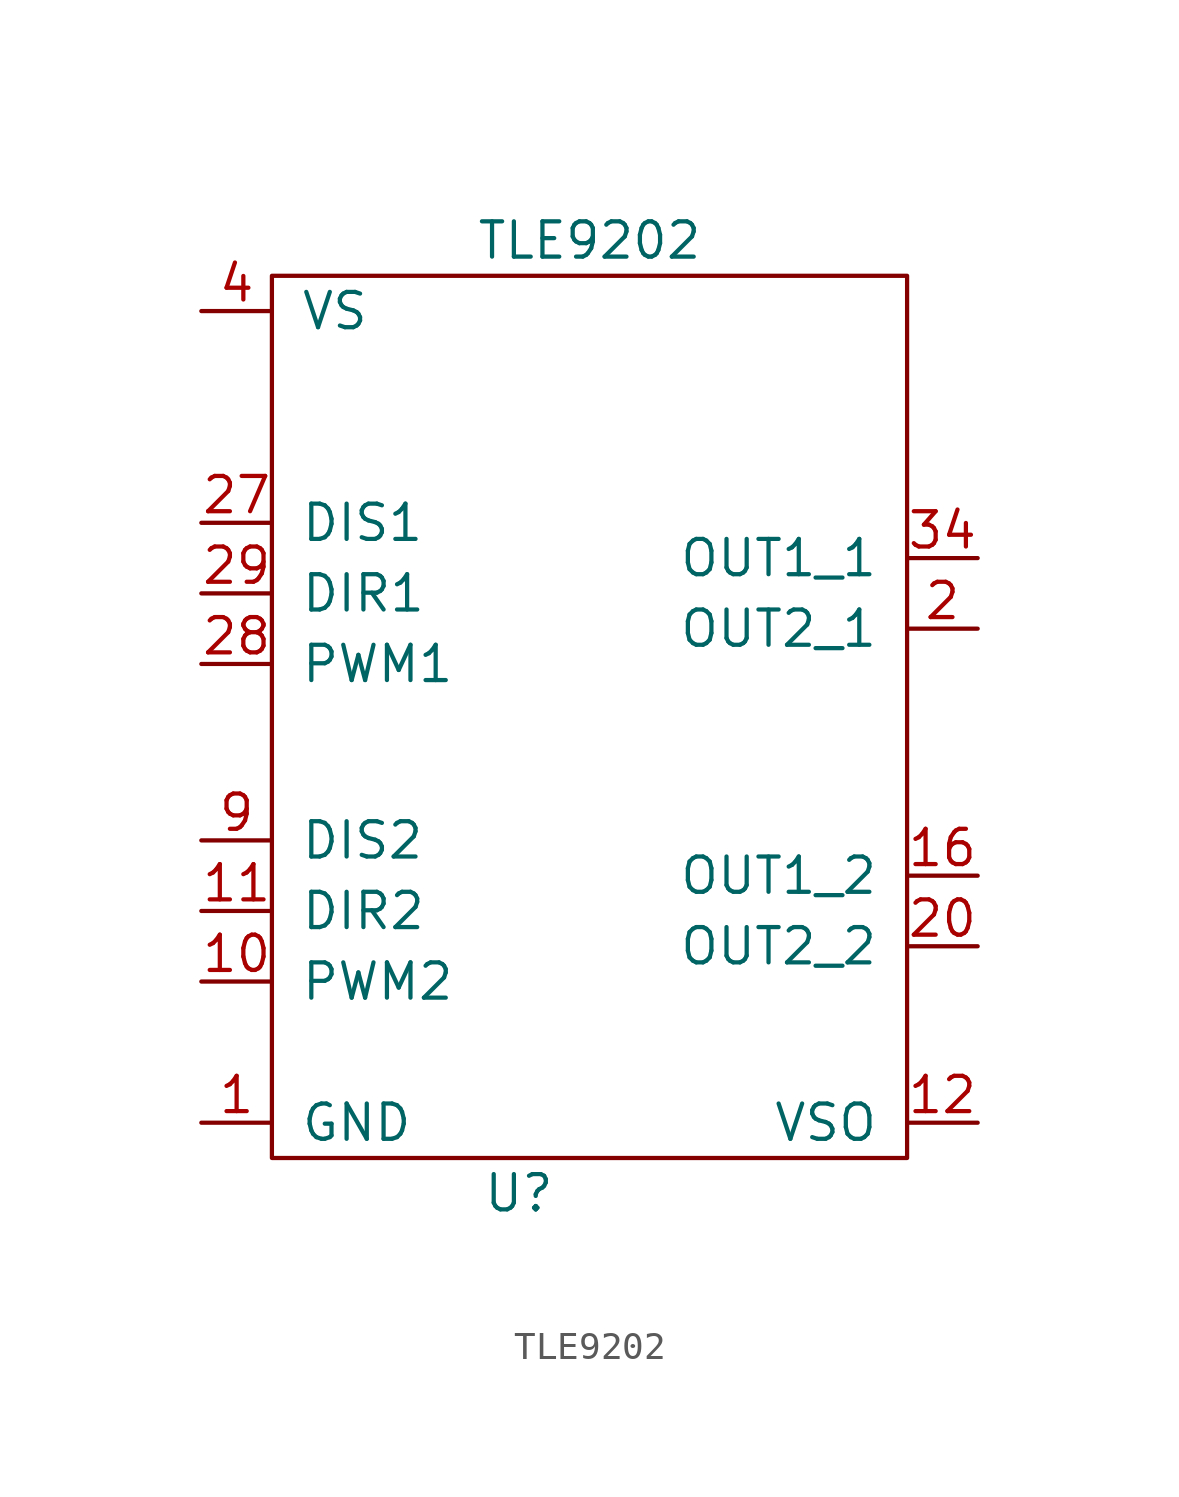
<source format=kicad_sym>
(kicad_symbol_lib
  (version 20241209)
  (generator "kicad_symbol_editor")
  (generator_version "9.0")
  (symbol "TLE9202"
    (pin_names
      (offset 1.016))
    (property "Reference" "U"
      (at 2.54 -27.94 0)
      (effects (font (size 1.27 1.27))))
    (property "Value" "TLE9202"
      (at 5.08 6.35 0)
      (effects (font (size 1.27 1.27))))
    (symbol "TLE9202_0_1"
      (rectangle (start -6.35 5.08) (end 16.51 -26.67) (stroke (width 0) (type solid)) (fill (type none))))
    (symbol "TLE9202_1_1"
      (pin power_in line (at -8.89 3.81 0) (length 2.54) (hide yes) (name "VS" (effects (font (size 1.27 1.27)))) (number "15" (effects (font (size 1.27 1.27)))))
      (pin power_in line (at -8.89 3.81 0) (length 2.54) (hide yes) (name "VS" (effects (font (size 1.27 1.27)))) (number "22" (effects (font (size 1.27 1.27)))))
      (pin power_in line (at -8.89 3.81 0) (length 2.54) (hide yes) (name "VS" (effects (font (size 1.27 1.27)))) (number "33" (effects (font (size 1.27 1.27)))))
      (pin power_in line (at -8.89 3.81 0) (length 2.54) (name "VS" (effects (font (size 1.27 1.27)))) (number "4" (effects (font (size 1.27 1.27)))))
      (pin input line (at -8.89 -3.81 0) (length 2.54) (name "DIS1" (effects (font (size 1.27 1.27)))) (number "27" (effects (font (size 1.27 1.27)))))
      (pin input line (at -8.89 -6.35 0) (length 2.54) (name "DIR1" (effects (font (size 1.27 1.27)))) (number "29" (effects (font (size 1.27 1.27)))))
      (pin input line (at -8.89 -8.89 0) (length 2.54) (name "PWM1" (effects (font (size 1.27 1.27)))) (number "28" (effects (font (size 1.27 1.27)))))
      (pin input line (at -8.89 -15.24 0) (length 2.54) (name "DIS2" (effects (font (size 1.27 1.27)))) (number "9" (effects (font (size 1.27 1.27)))))
      (pin input line (at -8.89 -17.78 0) (length 2.54) (name "DIR2" (effects (font (size 1.27 1.27)))) (number "11" (effects (font (size 1.27 1.27)))))
      (pin input line (at -8.89 -20.32 0) (length 2.54) (name "PWM2" (effects (font (size 1.27 1.27)))) (number "10" (effects (font (size 1.27 1.27)))))
      (pin power_in line (at -8.89 -25.4 0) (length 2.54) (name "GND" (effects (font (size 1.27 1.27)))) (number "1" (effects (font (size 1.27 1.27)))))
      (pin power_in line (at -8.89 -25.4 0) (length 2.54) (hide yes) (name "GND" (effects (font (size 1.27 1.27)))) (number "18" (effects (font (size 1.27 1.27)))))
      (pin power_in line (at -8.89 -25.4 0) (length 2.54) (hide yes) (name "GND" (effects (font (size 1.27 1.27)))) (number "19" (effects (font (size 1.27 1.27)))))
      (pin power_in line (at -8.89 -25.4 0) (length 2.54) (hide yes) (name "GND" (effects (font (size 1.27 1.27)))) (number "36" (effects (font (size 1.27 1.27)))))
      (pin power_in line (at -8.89 -25.4 0) (length 2.54) (hide yes) (name "GND" (effects (font (size 1.27 1.27)))) (number "37" (effects (font (size 1.27 1.27)))))
      (pin power_out line (at 19.05 -5.08 180) (length 2.54) (name "OUT1_1" (effects (font (size 1.27 1.27)))) (number "34" (effects (font (size 1.27 1.27)))))
      (pin power_out line (at 19.05 -5.08 180) (length 2.54) (hide yes) (name "OUT1_1" (effects (font (size 1.27 1.27)))) (number "35" (effects (font (size 1.27 1.27)))))
      (pin power_out line (at 19.05 -7.62 180) (length 2.54) (name "OUT2_1" (effects (font (size 1.27 1.27)))) (number "2" (effects (font (size 1.27 1.27)))))
      (pin power_out line (at 19.05 -7.62 180) (length 2.54) (hide yes) (name "OUT2_1" (effects (font (size 1.27 1.27)))) (number "3" (effects (font (size 1.27 1.27)))))
      (pin power_out line (at 19.05 -16.51 180) (length 2.54) (name "OUT1_2" (effects (font (size 1.27 1.27)))) (number "16" (effects (font (size 1.27 1.27)))))
      (pin power_out line (at 19.05 -16.51 180) (length 2.54) (hide yes) (name "OUT1_2" (effects (font (size 1.27 1.27)))) (number "17" (effects (font (size 1.27 1.27)))))
      (pin power_out line (at 19.05 -19.05 180) (length 2.54) (name "OUT2_2" (effects (font (size 1.27 1.27)))) (number "20" (effects (font (size 1.27 1.27)))))
      (pin power_out line (at 19.05 -19.05 180) (length 2.54) (hide yes) (name "OUT2_2" (effects (font (size 1.27 1.27)))) (number "21" (effects (font (size 1.27 1.27)))))
      (pin power_in line (at 19.05 -25.4 180) (length 2.54) (name "VSO" (effects (font (size 1.27 1.27)))) (number "12" (effects (font (size 1.27 1.27)))))
      (pin power_in line (at 19.05 -25.4 180) (length 2.54) (hide yes) (name "VSO" (effects (font (size 1.27 1.27)))) (number "30" (effects (font (size 1.27 1.27))))))))
</source>
